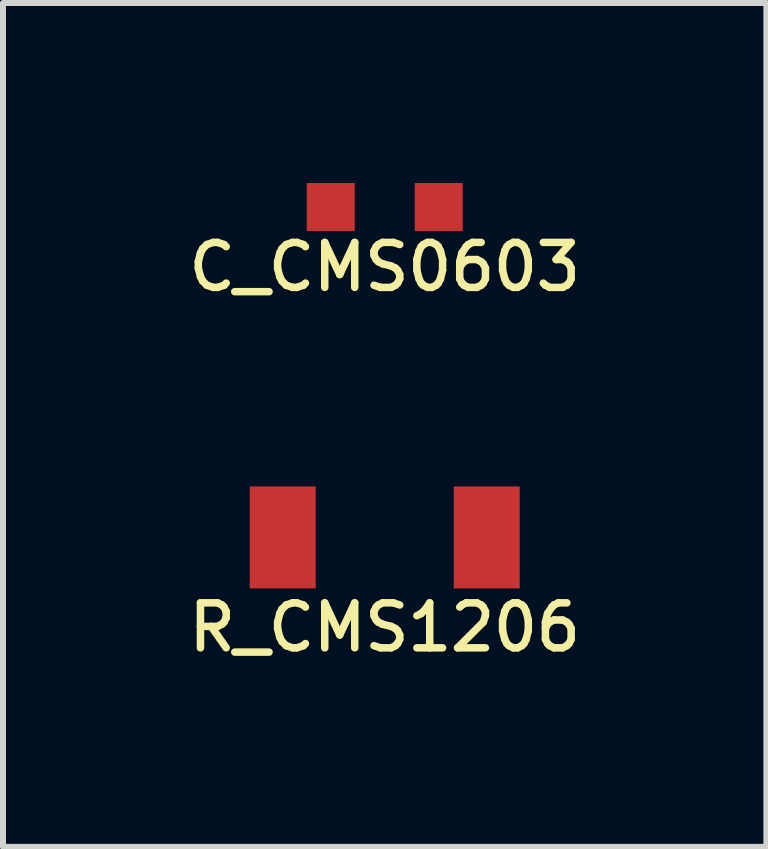
<source format=kicad_pcb>
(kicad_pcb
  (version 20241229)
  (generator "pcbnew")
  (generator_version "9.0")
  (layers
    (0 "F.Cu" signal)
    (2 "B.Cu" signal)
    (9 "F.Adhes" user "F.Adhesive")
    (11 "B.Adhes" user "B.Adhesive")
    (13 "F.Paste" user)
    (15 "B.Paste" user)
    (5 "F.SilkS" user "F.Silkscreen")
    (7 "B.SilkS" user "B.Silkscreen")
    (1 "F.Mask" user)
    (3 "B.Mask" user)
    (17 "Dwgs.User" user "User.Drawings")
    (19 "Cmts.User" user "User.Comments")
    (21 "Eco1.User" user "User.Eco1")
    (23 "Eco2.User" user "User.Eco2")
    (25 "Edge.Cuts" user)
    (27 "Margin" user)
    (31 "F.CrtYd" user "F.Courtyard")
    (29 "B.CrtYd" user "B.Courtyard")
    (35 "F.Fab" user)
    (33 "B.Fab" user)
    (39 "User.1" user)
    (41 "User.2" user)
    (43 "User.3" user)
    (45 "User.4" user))
  (footprint "C_CMS0603"
    (layer "F.Cu")
    (at 3.363 0.4)
    (property "Reference" "C_CMS0603" (at 0 1 0) (layer "F.SilkS") (effects (font (size 0.75 0.75) (thickness 0.125))))
    (attr through_hole)
    (pad "1" smd rect (at -0.9 0) (size 0.8 0.8) (layers "F.Cu" "F.Mask" "F.Paste"))
    (pad "2" smd rect (at 0.9 0) (size 0.8 0.8) (layers "F.Cu" "F.Mask" "F.Paste")))
  (footprint "R_CMS1206"
    (layer "F.Cu")
    (at 3.363 5.908)
    (property "Reference" "R_CMS1206" (at 0 1.5 0) (layer "F.SilkS") (effects (font (size 0.75 0.75) (thickness 0.125))))
    (attr through_hole)
    (pad "1" smd rect (at -1.7 0) (size 1.1 1.7) (layers "F.Cu" "F.Mask" "F.Paste"))
    (pad "2" smd rect (at 1.7 0) (size 1.1 1.7) (layers "F.Cu" "F.Mask" "F.Paste")))
  (gr_rect
    (start -3 -3)
    (end 9.725 11.066)
    (stroke (width 0.1) (type default))
    (fill no)
    (layer "Edge.Cuts")))
</source>
